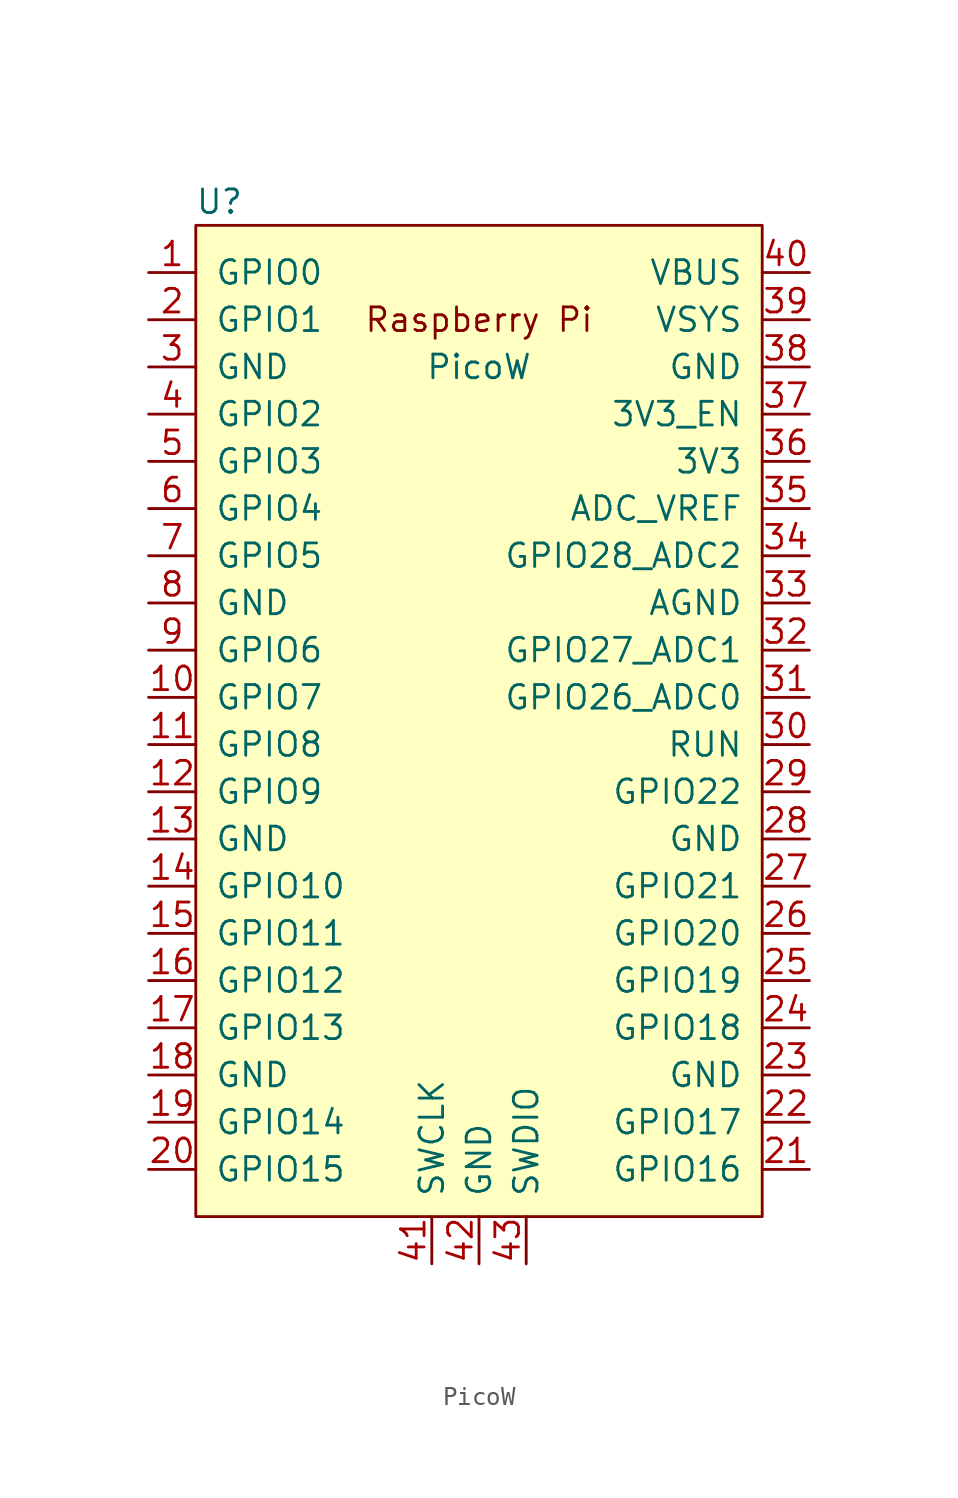
<source format=kicad_sym>
(kicad_symbol_lib
  (version 20211014)
  (generator kicad_symbol_editor)
  (symbol "PicoW"
    (pin_names
      (offset 1.016))
    (property "Reference" "U"
      (at -13.97 27.94 0)
      (effects (font (size 1.27 1.27))))
    (property "Value" "PicoW"
      (at 0 19.05 0)
      (effects (font (size 1.27 1.27))))
    (symbol "PicoW_0_0"
      (text "Raspberry Pi" (at 0 21.59 0) (effects (font (size 1.27 1.27)))))
    (symbol "PicoW_0_1"
      (rectangle (start -15.24 26.67) (end 15.24 -26.67) (stroke (width 0) (type default) (color 0 0 0 0)) (fill (type background))))
    (symbol "PicoW_1_1"
      (pin bidirectional line (at -17.78 24.13 0) (length 2.54) (name "GPIO0" (effects (font (size 1.27 1.27)))) (number "1" (effects (font (size 1.27 1.27)))))
      (pin bidirectional line (at -17.78 1.27 0) (length 2.54) (name "GPIO7" (effects (font (size 1.27 1.27)))) (number "10" (effects (font (size 1.27 1.27)))))
      (pin bidirectional line (at -17.78 -1.27 0) (length 2.54) (name "GPIO8" (effects (font (size 1.27 1.27)))) (number "11" (effects (font (size 1.27 1.27)))))
      (pin bidirectional line (at -17.78 -3.81 0) (length 2.54) (name "GPIO9" (effects (font (size 1.27 1.27)))) (number "12" (effects (font (size 1.27 1.27)))))
      (pin power_in line (at -17.78 -6.35 0) (length 2.54) (name "GND" (effects (font (size 1.27 1.27)))) (number "13" (effects (font (size 1.27 1.27)))))
      (pin bidirectional line (at -17.78 -8.89 0) (length 2.54) (name "GPIO10" (effects (font (size 1.27 1.27)))) (number "14" (effects (font (size 1.27 1.27)))))
      (pin bidirectional line (at -17.78 -11.43 0) (length 2.54) (name "GPIO11" (effects (font (size 1.27 1.27)))) (number "15" (effects (font (size 1.27 1.27)))))
      (pin bidirectional line (at -17.78 -13.97 0) (length 2.54) (name "GPIO12" (effects (font (size 1.27 1.27)))) (number "16" (effects (font (size 1.27 1.27)))))
      (pin bidirectional line (at -17.78 -16.51 0) (length 2.54) (name "GPIO13" (effects (font (size 1.27 1.27)))) (number "17" (effects (font (size 1.27 1.27)))))
      (pin power_in line (at -17.78 -19.05 0) (length 2.54) (name "GND" (effects (font (size 1.27 1.27)))) (number "18" (effects (font (size 1.27 1.27)))))
      (pin bidirectional line (at -17.78 -21.59 0) (length 2.54) (name "GPIO14" (effects (font (size 1.27 1.27)))) (number "19" (effects (font (size 1.27 1.27)))))
      (pin bidirectional line (at -17.78 21.59 0) (length 2.54) (name "GPIO1" (effects (font (size 1.27 1.27)))) (number "2" (effects (font (size 1.27 1.27)))))
      (pin bidirectional line (at -17.78 -24.13 0) (length 2.54) (name "GPIO15" (effects (font (size 1.27 1.27)))) (number "20" (effects (font (size 1.27 1.27)))))
      (pin bidirectional line (at 17.78 -24.13 180) (length 2.54) (name "GPIO16" (effects (font (size 1.27 1.27)))) (number "21" (effects (font (size 1.27 1.27)))))
      (pin bidirectional line (at 17.78 -21.59 180) (length 2.54) (name "GPIO17" (effects (font (size 1.27 1.27)))) (number "22" (effects (font (size 1.27 1.27)))))
      (pin power_in line (at 17.78 -19.05 180) (length 2.54) (name "GND" (effects (font (size 1.27 1.27)))) (number "23" (effects (font (size 1.27 1.27)))))
      (pin bidirectional line (at 17.78 -16.51 180) (length 2.54) (name "GPIO18" (effects (font (size 1.27 1.27)))) (number "24" (effects (font (size 1.27 1.27)))))
      (pin bidirectional line (at 17.78 -13.97 180) (length 2.54) (name "GPIO19" (effects (font (size 1.27 1.27)))) (number "25" (effects (font (size 1.27 1.27)))))
      (pin bidirectional line (at 17.78 -11.43 180) (length 2.54) (name "GPIO20" (effects (font (size 1.27 1.27)))) (number "26" (effects (font (size 1.27 1.27)))))
      (pin bidirectional line (at 17.78 -8.89 180) (length 2.54) (name "GPIO21" (effects (font (size 1.27 1.27)))) (number "27" (effects (font (size 1.27 1.27)))))
      (pin power_in line (at 17.78 -6.35 180) (length 2.54) (name "GND" (effects (font (size 1.27 1.27)))) (number "28" (effects (font (size 1.27 1.27)))))
      (pin bidirectional line (at 17.78 -3.81 180) (length 2.54) (name "GPIO22" (effects (font (size 1.27 1.27)))) (number "29" (effects (font (size 1.27 1.27)))))
      (pin power_in line (at -17.78 19.05 0) (length 2.54) (name "GND" (effects (font (size 1.27 1.27)))) (number "3" (effects (font (size 1.27 1.27)))))
      (pin input line (at 17.78 -1.27 180) (length 2.54) (name "RUN" (effects (font (size 1.27 1.27)))) (number "30" (effects (font (size 1.27 1.27)))))
      (pin bidirectional line (at 17.78 1.27 180) (length 2.54) (name "GPIO26_ADC0" (effects (font (size 1.27 1.27)))) (number "31" (effects (font (size 1.27 1.27)))))
      (pin bidirectional line (at 17.78 3.81 180) (length 2.54) (name "GPIO27_ADC1" (effects (font (size 1.27 1.27)))) (number "32" (effects (font (size 1.27 1.27)))))
      (pin power_in line (at 17.78 6.35 180) (length 2.54) (name "AGND" (effects (font (size 1.27 1.27)))) (number "33" (effects (font (size 1.27 1.27)))))
      (pin bidirectional line (at 17.78 8.89 180) (length 2.54) (name "GPIO28_ADC2" (effects (font (size 1.27 1.27)))) (number "34" (effects (font (size 1.27 1.27)))))
      (pin unspecified line (at 17.78 11.43 180) (length 2.54) (name "ADC_VREF" (effects (font (size 1.27 1.27)))) (number "35" (effects (font (size 1.27 1.27)))))
      (pin unspecified line (at 17.78 13.97 180) (length 2.54) (name "3V3" (effects (font (size 1.27 1.27)))) (number "36" (effects (font (size 1.27 1.27)))))
      (pin input line (at 17.78 16.51 180) (length 2.54) (name "3V3_EN" (effects (font (size 1.27 1.27)))) (number "37" (effects (font (size 1.27 1.27)))))
      (pin bidirectional line (at 17.78 19.05 180) (length 2.54) (name "GND" (effects (font (size 1.27 1.27)))) (number "38" (effects (font (size 1.27 1.27)))))
      (pin unspecified line (at 17.78 21.59 180) (length 2.54) (name "VSYS" (effects (font (size 1.27 1.27)))) (number "39" (effects (font (size 1.27 1.27)))))
      (pin bidirectional line (at -17.78 16.51 0) (length 2.54) (name "GPIO2" (effects (font (size 1.27 1.27)))) (number "4" (effects (font (size 1.27 1.27)))))
      (pin unspecified line (at 17.78 24.13 180) (length 2.54) (name "VBUS" (effects (font (size 1.27 1.27)))) (number "40" (effects (font (size 1.27 1.27)))))
      (pin input line (at -2.54 -29.21 90) (length 2.54) (name "SWCLK" (effects (font (size 1.27 1.27)))) (number "41" (effects (font (size 1.27 1.27)))))
      (pin power_in line (at 0 -29.21 90) (length 2.54) (name "GND" (effects (font (size 1.27 1.27)))) (number "42" (effects (font (size 1.27 1.27)))))
      (pin bidirectional line (at 2.54 -29.21 90) (length 2.54) (name "SWDIO" (effects (font (size 1.27 1.27)))) (number "43" (effects (font (size 1.27 1.27)))))
      (pin bidirectional line (at -17.78 13.97 0) (length 2.54) (name "GPIO3" (effects (font (size 1.27 1.27)))) (number "5" (effects (font (size 1.27 1.27)))))
      (pin bidirectional line (at -17.78 11.43 0) (length 2.54) (name "GPIO4" (effects (font (size 1.27 1.27)))) (number "6" (effects (font (size 1.27 1.27)))))
      (pin bidirectional line (at -17.78 8.89 0) (length 2.54) (name "GPIO5" (effects (font (size 1.27 1.27)))) (number "7" (effects (font (size 1.27 1.27)))))
      (pin power_in line (at -17.78 6.35 0) (length 2.54) (name "GND" (effects (font (size 1.27 1.27)))) (number "8" (effects (font (size 1.27 1.27)))))
      (pin bidirectional line (at -17.78 3.81 0) (length 2.54) (name "GPIO6" (effects (font (size 1.27 1.27)))) (number "9" (effects (font (size 1.27 1.27))))))))
</source>
